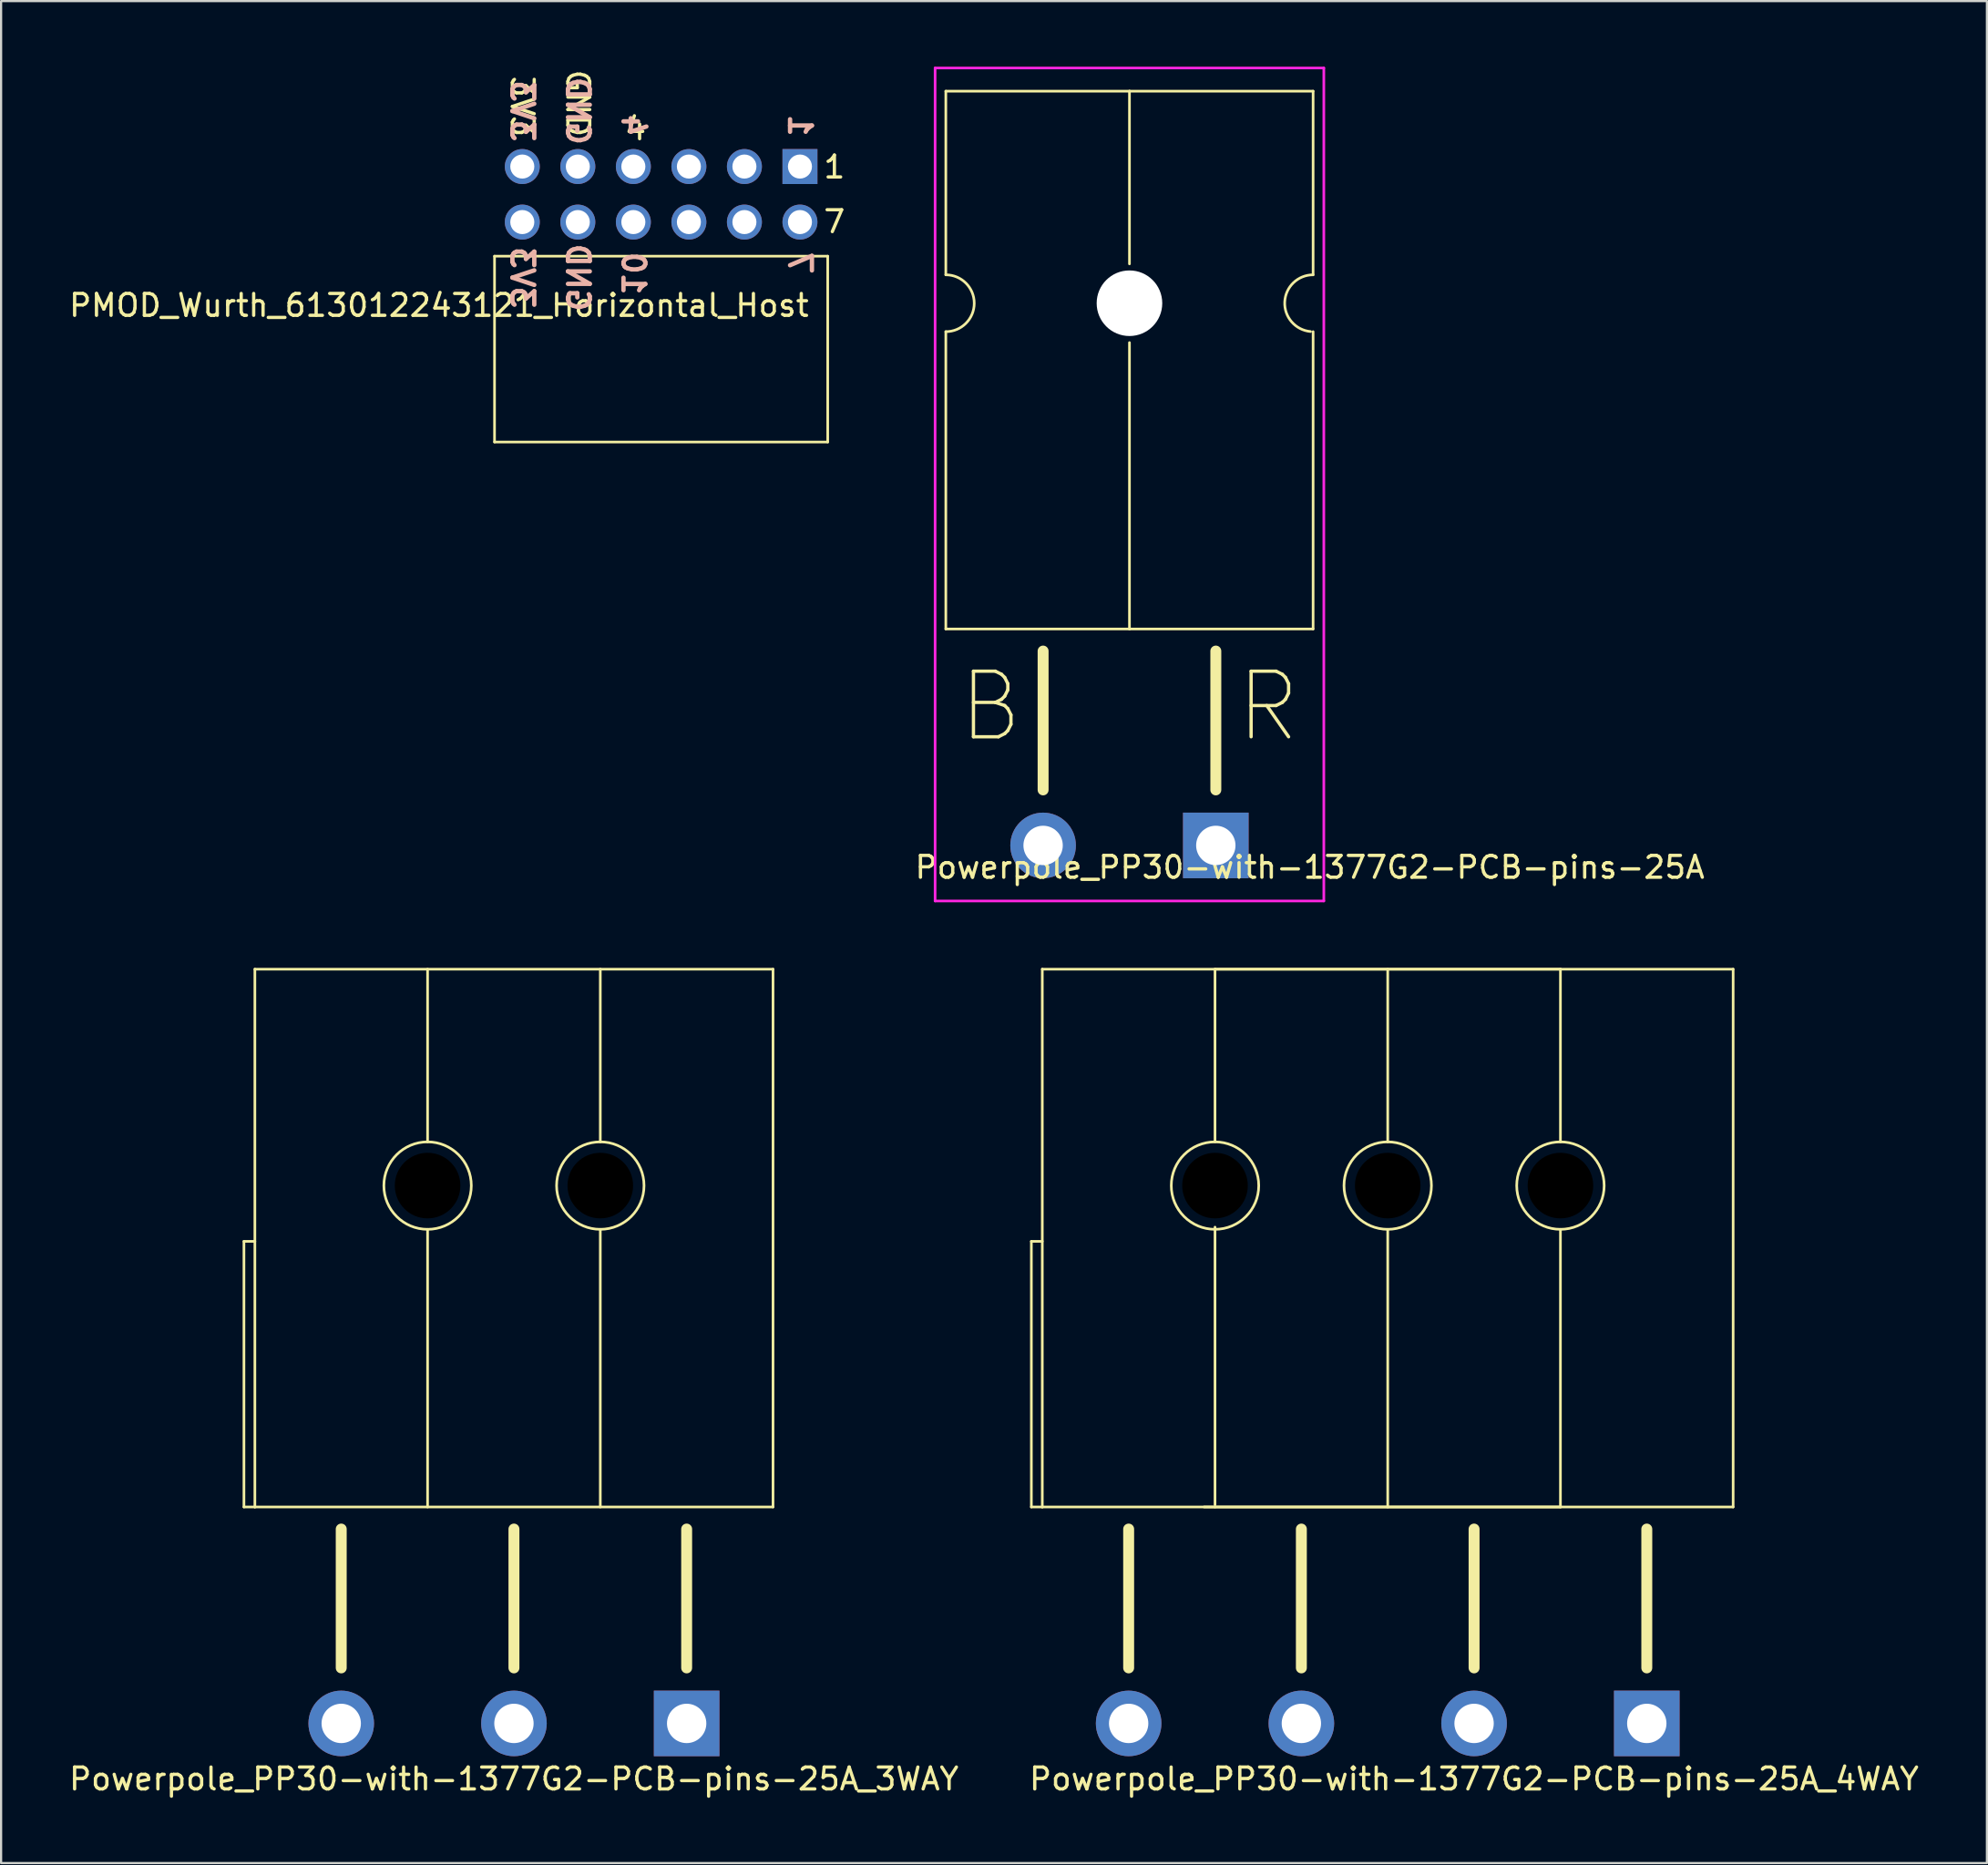
<source format=kicad_pcb>
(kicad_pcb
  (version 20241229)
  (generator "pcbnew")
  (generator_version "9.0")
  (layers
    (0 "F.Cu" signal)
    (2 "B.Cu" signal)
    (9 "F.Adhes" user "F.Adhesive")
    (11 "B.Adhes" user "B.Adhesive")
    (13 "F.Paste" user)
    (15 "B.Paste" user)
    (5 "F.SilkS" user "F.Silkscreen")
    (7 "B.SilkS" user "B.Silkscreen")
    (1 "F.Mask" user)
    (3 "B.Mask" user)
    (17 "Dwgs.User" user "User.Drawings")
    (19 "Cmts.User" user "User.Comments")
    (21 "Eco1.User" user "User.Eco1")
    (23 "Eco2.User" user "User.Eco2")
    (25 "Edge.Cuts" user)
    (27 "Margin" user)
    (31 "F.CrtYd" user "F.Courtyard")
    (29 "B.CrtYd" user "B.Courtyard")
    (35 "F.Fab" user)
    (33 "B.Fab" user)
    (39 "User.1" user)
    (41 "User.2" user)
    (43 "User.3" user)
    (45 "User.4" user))
  (footprint "Powerpole_PP30-with-1377G2-PCB-pins-25A_3WAY"
    (layer "F.Cu")
    (at 20.458 75.78)
    (property "Reference" "Powerpole_PP30-with-1377G2-PCB-pins-25A_3WAY" (at 0 2.54 0) (layer "F.SilkS") (effects (font (size 1 1) (thickness 0.15))))
    (fp_line (start -12.35 -22.05) (end -11.85 -22.05) (stroke (width 0.12) (type solid)) (layer "F.SilkS"))
    (fp_line (start -12.35 -9.9) (end -12.35 -22.05) (stroke (width 0.12) (type solid)) (layer "F.SilkS"))
    (fp_line (start -11.85 -34.5) (end 11.85 -34.5) (stroke (width 0.12) (type solid)) (layer "F.SilkS"))
    (fp_line (start -11.85 -9.9) (end -12.35 -9.9) (stroke (width 0.12) (type solid)) (layer "F.SilkS"))
    (fp_line (start -11.85 -9.9) (end -11.85 -34.5) (stroke (width 0.12) (type solid)) (layer "F.SilkS"))
    (fp_line (start -7.9 -2.54) (end -7.9 -8.89) (stroke (width 0.5) (type solid)) (layer "F.SilkS"))
    (fp_line (start -3.95 -26.6) (end -3.95 -34.5) (stroke (width 0.12) (type solid)) (layer "F.SilkS"))
    (fp_line (start -3.95 -22.6) (end -3.95 -9.9) (stroke (width 0.12) (type solid)) (layer "F.SilkS"))
    (fp_line (start 0 -2.54) (end 0 -8.89) (stroke (width 0.5) (type solid)) (layer "F.SilkS"))
    (fp_line (start 3.95 -26.6) (end 3.95 -34.5) (stroke (width 0.12) (type solid)) (layer "F.SilkS"))
    (fp_line (start 3.95 -22.6) (end 3.95 -9.9) (stroke (width 0.12) (type solid)) (layer "F.SilkS"))
    (fp_line (start 7.9 -2.54) (end 7.9 -8.89) (stroke (width 0.5) (type solid)) (layer "F.SilkS"))
    (fp_line (start 11.85 -9.9) (end -11.85 -9.9) (stroke (width 0.12) (type solid)) (layer "F.SilkS"))
    (fp_line (start 11.85 -9.9) (end 11.85 -34.5) (stroke (width 0.12) (type solid)) (layer "F.SilkS"))
    (fp_circle (center -3.95 -24.6) (end -1.95 -24.6) (stroke (width 0.12) (type solid)) (fill no) (layer "F.SilkS"))
    (fp_circle (center 3.95 -24.6) (end 5.95 -24.6) (stroke (width 0.12) (type solid)) (fill no) (layer "F.SilkS"))
    (pad "" np_thru_hole circle (at -3.95 -24.6) (size 3 3) (drill 3) (layers "*.Mask"))
    (pad "" np_thru_hole circle (at 3.95 -24.6) (size 3 3) (drill 3) (layers "*.Mask"))
    (pad "1" thru_hole rect (at 7.9 0) (size 3 3) (drill 1.8) (layers "*.Cu" "*.Mask"))
    (pad "2" thru_hole circle (at 0 0) (size 3 3) (drill 1.8) (layers "*.Cu" "*.Mask"))
    (pad "3" thru_hole circle (at -7.9 0) (size 3 3) (drill 1.8) (layers "*.Cu" "*.Mask")))
  (footprint "Powerpole_PP30-with-1377G2-PCB-pins-25A"
    (layer "F.Cu")
    (at 48.612 35.62)
    (property "Reference" "Powerpole_PP30-with-1377G2-PCB-pins-25A" (at 8.25 1 0) (layer "F.SilkS") (effects (font (size 1 1) (thickness 0.15))))
    (attr through_hole)
    (fp_line (start -8.4 -34.5) (end 0 -34.5) (stroke (width 0.12) (type solid)) (layer "F.SilkS"))
    (fp_line (start -8.4 -26.1) (end -8.4 -34.5) (stroke (width 0.12) (type solid)) (layer "F.SilkS"))
    (fp_line (start -8.4 -23.5) (end -8.4 -9.9) (stroke (width 0.12) (type solid)) (layer "F.SilkS"))
    (fp_line (start -8.4 -9.9) (end 0 -9.9) (stroke (width 0.12) (type solid)) (layer "F.SilkS"))
    (fp_line (start -3.95 -2.54) (end -3.95 -8.89) (stroke (width 0.5) (type solid)) (layer "F.SilkS"))
    (fp_line (start 0 -34.5) (end 8.4 -34.5) (stroke (width 0.12) (type solid)) (layer "F.SilkS"))
    (fp_line (start 0 -26.6) (end 0 -34.5) (stroke (width 0.12) (type solid)) (layer "F.SilkS"))
    (fp_line (start 0 -23) (end 0 -9.9) (stroke (width 0.12) (type solid)) (layer "F.SilkS"))
    (fp_line (start 0 -9.9) (end 8.4 -9.9) (stroke (width 0.12) (type solid)) (layer "F.SilkS"))
    (fp_line (start 3.95 -2.54) (end 3.95 -8.89) (stroke (width 0.5) (type solid)) (layer "F.SilkS"))
    (fp_line (start 8.4 -34.5) (end 8.4 -26.1) (stroke (width 0.12) (type solid)) (layer "F.SilkS"))
    (fp_line (start 8.4 -9.9) (end 8.4 -23.5) (stroke (width 0.12) (type solid)) (layer "F.SilkS"))
    (fp_arc (start -8.4 -26.1) (mid -7.1 -24.8) (end -8.4 -23.5) (stroke (width 0.12) (type solid)) (layer "F.SilkS"))
    (fp_arc (start 8.282178 -23.50535) (mid 7.101338 -24.858972) (end 8.4 -26.1) (stroke (width 0.12) (type solid)) (layer "F.SilkS"))
    (fp_line (start -8.89 -35.56) (end 8.89 -35.56) (stroke (width 0.12) (type solid)) (layer "F.CrtYd"))
    (fp_line (start -8.89 2.54) (end -8.89 -35.56) (stroke (width 0.12) (type solid)) (layer "F.CrtYd"))
    (fp_line (start 8.89 -35.56) (end 8.89 2.54) (stroke (width 0.12) (type solid)) (layer "F.CrtYd"))
    (fp_line (start 8.89 2.54) (end -8.89 2.54) (stroke (width 0.12) (type solid)) (layer "F.CrtYd"))
    (fp_arc (start -0.117822 -23.50535) (mid -1.298662 -24.858972) (end 0 -26.1) (stroke (width 0.12) (type solid)) (layer "F.Fab"))
    (fp_arc (start 0 -26.1) (mid 1.3 -24.8) (end 0 -23.5) (stroke (width 0.12) (type solid)) (layer "F.Fab"))
    (fp_text user "B" (at -6.35 -6.35 0) (layer "F.SilkS") (effects (font (size 3 3) (thickness 0.15))))
    (fp_text user "R" (at 6.35 -6.35 0) (layer "F.SilkS") (effects (font (size 3 3) (thickness 0.15))))
    (pad "" np_thru_hole circle (at 0 -24.8) (size 3 3) (drill 3) (layers "*.Cu" "*.Mask"))
    (pad "1" thru_hole rect (at 3.95 0) (size 3 3) (drill 1.8) (layers "*.Cu" "*.Mask"))
    (pad "2" thru_hole circle (at -3.95 0) (size 3 3) (drill 1.8) (layers "*.Cu" "*.Mask")))
  (footprint "Powerpole_PP30-with-1377G2-PCB-pins-25A_4WAY"
    (layer "F.Cu")
    (at 64.375 75.78)
    (property "Reference" "Powerpole_PP30-with-1377G2-PCB-pins-25A_4WAY" (at 0 2.54 0) (layer "F.SilkS") (effects (font (size 1 1) (thickness 0.15))))
    (fp_line (start -20.25 -22.05) (end -19.75 -22.05) (stroke (width 0.12) (type solid)) (layer "F.SilkS"))
    (fp_line (start -20.25 -9.9) (end -20.25 -22.05) (stroke (width 0.12) (type solid)) (layer "F.SilkS"))
    (fp_line (start -19.75 -34.5) (end 3.95 -34.5) (stroke (width 0.12) (type solid)) (layer "F.SilkS"))
    (fp_line (start -19.75 -9.9) (end -20.25 -9.9) (stroke (width 0.12) (type solid)) (layer "F.SilkS"))
    (fp_line (start -19.75 -9.9) (end -19.75 -34.5) (stroke (width 0.12) (type solid)) (layer "F.SilkS"))
    (fp_line (start -15.8 -2.54) (end -15.8 -8.89) (stroke (width 0.5) (type solid)) (layer "F.SilkS"))
    (fp_line (start -11.85 -34.5) (end 11.85 -34.5) (stroke (width 0.12) (type solid)) (layer "F.SilkS"))
    (fp_line (start -11.85 -26.6) (end -11.85 -34.5) (stroke (width 0.12) (type solid)) (layer "F.SilkS"))
    (fp_line (start -11.85 -22.7) (end -11.85 -10) (stroke (width 0.12) (type solid)) (layer "F.SilkS"))
    (fp_line (start -11.85 -9.9) (end -12.35 -9.9) (stroke (width 0.12) (type solid)) (layer "F.SilkS"))
    (fp_line (start -7.9 -2.54) (end -7.9 -8.89) (stroke (width 0.5) (type solid)) (layer "F.SilkS"))
    (fp_line (start -3.95 -26.6) (end -3.95 -34.5) (stroke (width 0.12) (type solid)) (layer "F.SilkS"))
    (fp_line (start -3.95 -22.6) (end -3.95 -9.9) (stroke (width 0.12) (type solid)) (layer "F.SilkS"))
    (fp_line (start 0 -2.54) (end 0 -8.89) (stroke (width 0.5) (type solid)) (layer "F.SilkS"))
    (fp_line (start 3.95 -26.6) (end 3.95 -34.5) (stroke (width 0.12) (type solid)) (layer "F.SilkS"))
    (fp_line (start 3.95 -22.6) (end 3.95 -9.9) (stroke (width 0.12) (type solid)) (layer "F.SilkS"))
    (fp_line (start 3.95 -9.9) (end -19.75 -9.9) (stroke (width 0.12) (type solid)) (layer "F.SilkS"))
    (fp_line (start 7.9 -2.54) (end 7.9 -8.89) (stroke (width 0.5) (type solid)) (layer "F.SilkS"))
    (fp_line (start 11.85 -9.9) (end -11.85 -9.9) (stroke (width 0.12) (type solid)) (layer "F.SilkS"))
    (fp_line (start 11.85 -9.9) (end 11.85 -34.5) (stroke (width 0.12) (type solid)) (layer "F.SilkS"))
    (fp_circle (center -11.85 -24.6) (end -9.85 -24.6) (stroke (width 0.12) (type solid)) (fill no) (layer "F.SilkS"))
    (fp_circle (center -3.95 -24.6) (end -1.95 -24.6) (stroke (width 0.12) (type solid)) (fill no) (layer "F.SilkS"))
    (fp_circle (center 3.95 -24.6) (end 5.95 -24.6) (stroke (width 0.12) (type solid)) (fill no) (layer "F.SilkS"))
    (pad "" np_thru_hole circle (at -11.85 -24.6) (size 3 3) (drill 3) (layers "*.Mask"))
    (pad "" np_thru_hole circle (at -3.95 -24.6) (size 3 3) (drill 3) (layers "*.Mask"))
    (pad "" np_thru_hole circle (at 3.95 -24.6) (size 3 3) (drill 3) (layers "*.Mask"))
    (pad "1" thru_hole rect (at 7.9 0) (size 3 3) (drill 1.8) (layers "*.Cu" "*.Mask"))
    (pad "2" thru_hole circle (at 0 0) (size 3 3) (drill 1.8) (layers "*.Cu" "*.Mask"))
    (pad "3" thru_hole circle (at -7.9 0) (size 3 3) (drill 1.8) (layers "*.Cu" "*.Mask"))
    (pad "4" thru_hole circle (at -15.8 0) (size 3 3) (drill 1.8) (layers "*.Cu" "*.Mask")))
  (footprint "PMOD_Wurth_613012243121_Horizontal_Host"
    (layer "F.Cu")
    (at 27.19 5.838)
    (property "Reference" "PMOD_Wurth_613012243121_Horizontal_Host" (at -10.16 5.08 0) (layer "F.SilkS") (effects (font (size 1 1) (thickness 0.15))))
    (attr through_hole)
    (fp_line (start -7.62 2.83) (end -7.62 11.33) (stroke (width 0.12) (type solid)) (layer "F.SilkS"))
    (fp_line (start -7.62 2.83) (end 7.62 2.83) (stroke (width 0.12) (type solid)) (layer "F.SilkS"))
    (fp_line (start -7.62 11.33) (end 7.62 11.33) (stroke (width 0.12) (type solid)) (layer "F.SilkS"))
    (fp_line (start 7.62 11.33) (end 7.62 2.83) (stroke (width 0.12) (type solid)) (layer "F.SilkS"))
    (fp_text user "7" (at 8.5 1.25 0) (unlocked yes) (layer "F.SilkS") (effects (font (size 1 1) (thickness 0.15)) (justify right)))
    (fp_text user "1" (at 8.5 -1.25 0) (unlocked yes) (layer "F.SilkS") (effects (font (size 1 1) (thickness 0.15)) (justify right)))
    (fp_text user "3V3" (at -6.35 -2.54 270) (unlocked yes) (layer "F.SilkS") (effects (font (size 1 1) (thickness 0.15)) (justify right)))
    (fp_text user "GND" (at -3.81 -2.54 270) (unlocked yes) (layer "F.SilkS") (effects (font (size 1 1) (thickness 0.15)) (justify right)))
    (fp_text user "4" (at -1.75 -3 0) (unlocked yes) (layer "F.SilkS") (effects (font (size 1 1) (thickness 0.15)) (justify left)))
    (fp_text user "1" (at 6.35 -2.54 270) (unlocked yes) (layer "B.SilkS") (effects (font (size 1 1) (thickness 0.2)) (justify left mirror)))
    (fp_text user "3V3" (at -6.35 -3.81 270) (unlocked yes) (layer "B.SilkS") (effects (font (size 1 1) (thickness 0.2)) (justify mirror)))
    (fp_text user "7" (at 6.35 2.54 270) (unlocked yes) (layer "B.SilkS") (effects (font (size 1 1) (thickness 0.2)) (justify right mirror)))
    (fp_text user "GND" (at -3.81 3.81 270) (unlocked yes) (layer "B.SilkS") (effects (font (size 1 1) (thickness 0.2)) (justify mirror)))
    (fp_text user "4" (at -1.27 -2.54 270) (unlocked yes) (layer "B.SilkS") (effects (font (size 1 1) (thickness 0.2)) (justify left mirror)))
    (fp_text user "3V3" (at -6.35 3.81 270) (unlocked yes) (layer "B.SilkS") (effects (font (size 1 1) (thickness 0.2)) (justify mirror)))
    (fp_text user "10" (at -1.27 2.54 270) (unlocked yes) (layer "B.SilkS") (effects (font (size 1 1) (thickness 0.2)) (justify right mirror)))
    (fp_text user "GND" (at -3.81 -3.81 270) (unlocked yes) (layer "B.SilkS") (effects (font (size 1 1) (thickness 0.2)) (justify mirror)))
    (pad "1" thru_hole rect (at 6.35 -1.27) (size 1.6 1.6) (drill 1.1) (layers "*.Cu" "*.Mask"))
    (pad "2" thru_hole circle (at 3.81 -1.27) (size 1.6 1.6) (drill 1.1) (layers "*.Cu" "*.Mask"))
    (pad "3" thru_hole circle (at 1.27 -1.27) (size 1.6 1.6) (drill 1.1) (layers "*.Cu" "*.Mask"))
    (pad "4" thru_hole circle (at -1.27 -1.27) (size 1.6 1.6) (drill 1.1) (layers "*.Cu" "*.Mask"))
    (pad "5" thru_hole circle (at -3.81 -1.27) (size 1.6 1.6) (drill 1.1) (layers "*.Cu" "*.Mask"))
    (pad "6" thru_hole circle (at -6.35 -1.27) (size 1.6 1.6) (drill 1.1) (layers "*.Cu" "*.Mask"))
    (pad "7" thru_hole circle (at 6.35 1.27) (size 1.6 1.6) (drill 1.1) (layers "*.Cu" "*.Mask"))
    (pad "8" thru_hole circle (at 3.81 1.27) (size 1.6 1.6) (drill 1.1) (layers "*.Cu" "*.Mask"))
    (pad "9" thru_hole circle (at 1.27 1.27) (size 1.6 1.6) (drill 1.1) (layers "*.Cu" "*.Mask"))
    (pad "10" thru_hole circle (at -1.27 1.27) (size 1.6 1.6) (drill 1.1) (layers "*.Cu" "*.Mask"))
    (pad "11" thru_hole circle (at -3.81 1.27) (size 1.6 1.6) (drill 1.1) (layers "*.Cu" "*.Mask"))
    (pad "12" thru_hole circle (at -6.35 1.27) (size 1.6 1.6) (drill 1.1) (layers "*.Cu" "*.Mask")))
  (gr_rect
    (start -3 -3)
    (end 87.833 82.168)
    (stroke (width 0.1) (type default))
    (fill no)
    (layer "Edge.Cuts")))
</source>
